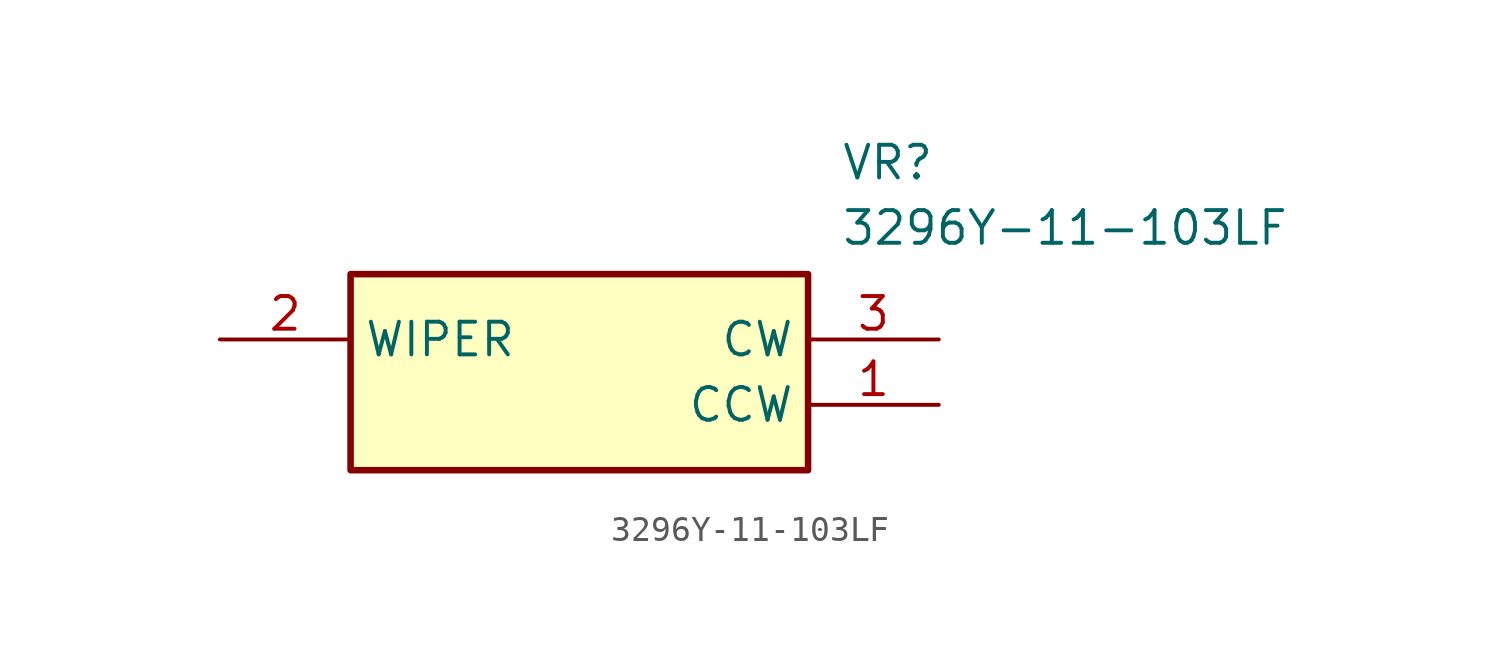
<source format=kicad_sym>
(kicad_symbol_lib
  (version 20211014)
  (generator SamacSys_ECAD_Model)
  (symbol "3296Y-11-103LF"
    (property "Reference" "VR"
      (at 24.13 7.62 0)
      (effects (font (size 1.27 1.27)) (justify left top)))
    (property "Value" "3296Y-11-103LF"
      (at 24.13 5.08 0)
      (effects (font (size 1.27 1.27)) (justify left top)))
    (rectangle
      (start 5.08 2.54)
      (end 22.86 -5.08)
      (stroke (width 0.254) (type default))
      (fill (type background)))
    (pin passive line
      (at 27.94 -2.54 180)
      (length 5.08)
      (name "CCW" (effects (font (size 1.27 1.27))))
      (number "1" (effects (font (size 1.27 1.27)))))
    (pin passive line
      (at 0 0 0)
      (length 5.08)
      (name "WIPER" (effects (font (size 1.27 1.27))))
      (number "2" (effects (font (size 1.27 1.27)))))
    (pin passive line
      (at 27.94 0 180)
      (length 5.08)
      (name "CW" (effects (font (size 1.27 1.27))))
      (number "3" (effects (font (size 1.27 1.27)))))))
</source>
